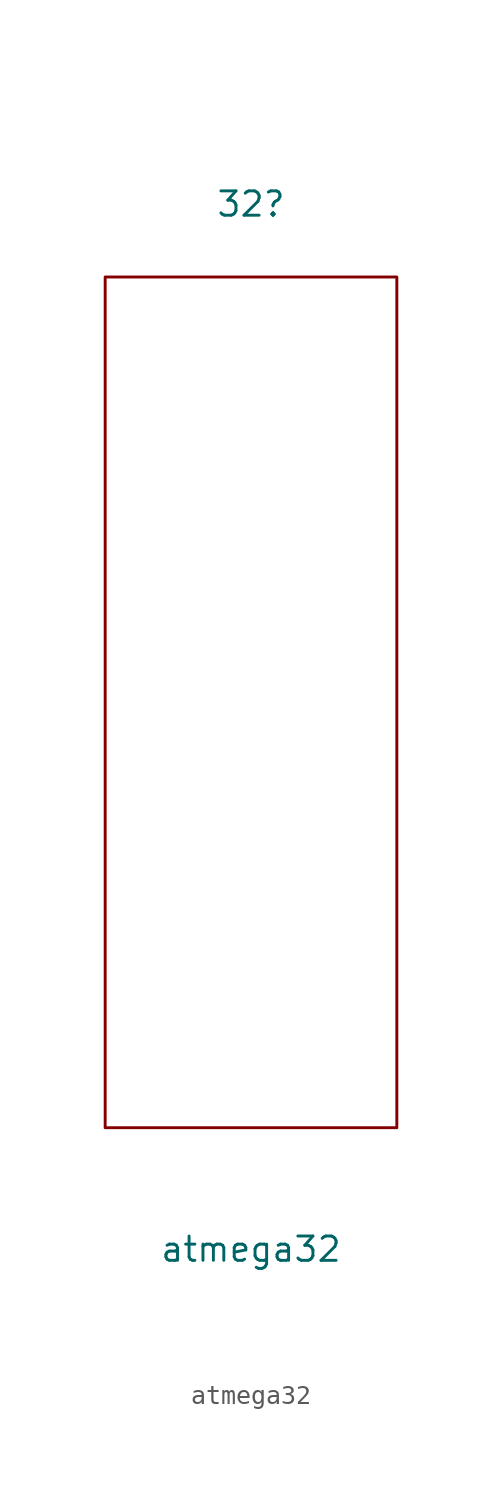
<source format=kicad_sym>
(kicad_symbol_lib
  (version 20211014)
  (generator kicad_symbol_editor)
  (symbol "atmega32"
    (property "Reference" "32"
      (at 0 17.78 0)
      (effects (font (size 1.27 1.27))))
    (property "Value" "atmega32"
      (at 0 -36.83 0)
      (effects (font (size 1.27 1.27))))
    (symbol "atmega32_0_1"
      (rectangle (start -7.62 13.97) (end 7.62 -30.48) (stroke (width 0) (type default) (color 0 0 0 0)) (fill (type none))))))
</source>
